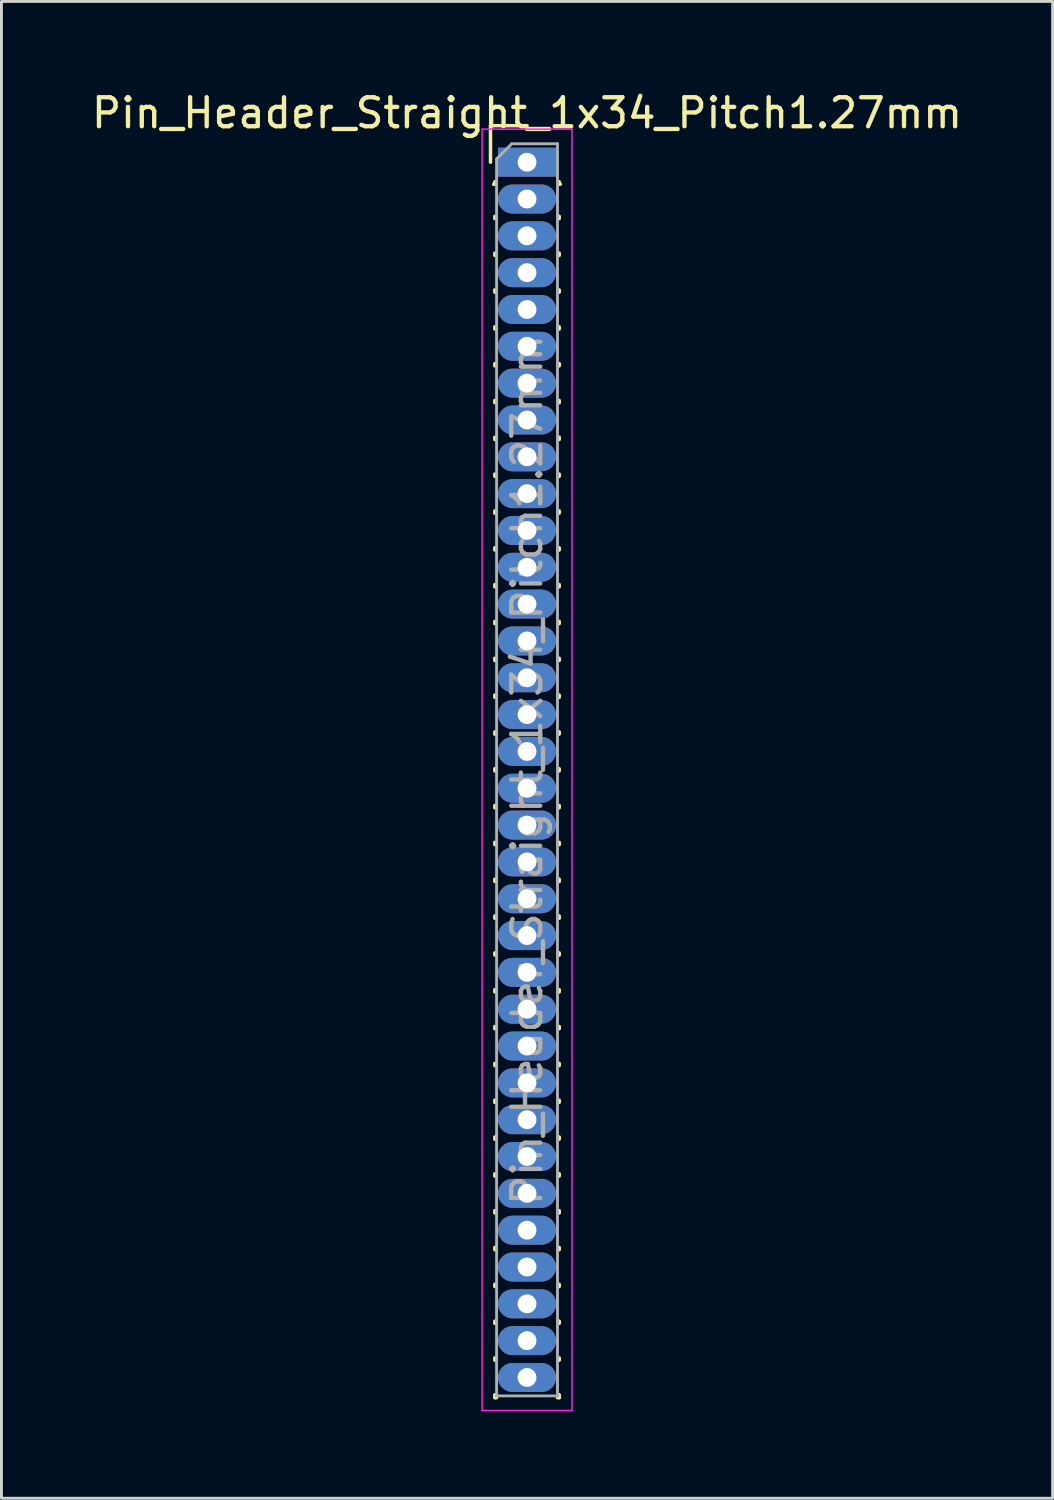
<source format=kicad_pcb>
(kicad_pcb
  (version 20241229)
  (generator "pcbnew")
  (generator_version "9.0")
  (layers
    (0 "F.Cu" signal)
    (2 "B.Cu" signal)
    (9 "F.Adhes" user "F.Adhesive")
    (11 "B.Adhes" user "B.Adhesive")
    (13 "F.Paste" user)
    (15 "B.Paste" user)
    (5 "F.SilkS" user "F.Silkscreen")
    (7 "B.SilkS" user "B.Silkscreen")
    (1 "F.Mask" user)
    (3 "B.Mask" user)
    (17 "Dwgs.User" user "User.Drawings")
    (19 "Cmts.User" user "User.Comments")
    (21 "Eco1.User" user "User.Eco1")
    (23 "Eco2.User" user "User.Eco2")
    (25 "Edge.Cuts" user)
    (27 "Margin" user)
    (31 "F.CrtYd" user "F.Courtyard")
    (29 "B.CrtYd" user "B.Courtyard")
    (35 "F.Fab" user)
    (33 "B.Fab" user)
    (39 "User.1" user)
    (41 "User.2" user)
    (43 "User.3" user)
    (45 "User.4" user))
  (footprint "Pin_Header_Straight_1x34_Pitch1.27mm"
    (layer "F.Cu")
    (at 15.125 2.543)
    (property "Reference" "Pin_Header_Straight_1x34_Pitch1.27mm" (at 0 -1.695 0) (layer "F.SilkS") (effects (font (size 1 1) (thickness 0.15))))
    (attr through_hole)
    (fp_line (start -1.26 -1.26) (end 0 -1.26) (stroke (width 0.12) (type solid)) (layer "F.SilkS"))
    (fp_line (start -1.26 0) (end -1.26 -1.26) (stroke (width 0.12) (type solid)) (layer "F.SilkS"))
    (fp_line (start -1.11 0.76) (end -1.152 0.76) (stroke (width 0.12) (type solid)) (layer "F.SilkS"))
    (fp_line (start -1.11 0.76) (end -1.11 0.674) (stroke (width 0.12) (type solid)) (layer "F.SilkS"))
    (fp_line (start -1.11 1.866) (end -1.11 1.944) (stroke (width 0.12) (type solid)) (layer "F.SilkS"))
    (fp_line (start -1.11 3.136) (end -1.11 3.214) (stroke (width 0.12) (type solid)) (layer "F.SilkS"))
    (fp_line (start -1.11 4.406) (end -1.11 4.484) (stroke (width 0.12) (type solid)) (layer "F.SilkS"))
    (fp_line (start -1.11 5.676) (end -1.11 5.754) (stroke (width 0.12) (type solid)) (layer "F.SilkS"))
    (fp_line (start -1.11 6.946) (end -1.11 7.024) (stroke (width 0.12) (type solid)) (layer "F.SilkS"))
    (fp_line (start -1.11 8.216) (end -1.11 8.294) (stroke (width 0.12) (type solid)) (layer "F.SilkS"))
    (fp_line (start -1.11 9.486) (end -1.11 9.564) (stroke (width 0.12) (type solid)) (layer "F.SilkS"))
    (fp_line (start -1.11 10.756) (end -1.11 10.834) (stroke (width 0.12) (type solid)) (layer "F.SilkS"))
    (fp_line (start -1.11 12.026) (end -1.11 12.104) (stroke (width 0.12) (type solid)) (layer "F.SilkS"))
    (fp_line (start -1.11 13.296) (end -1.11 13.374) (stroke (width 0.12) (type solid)) (layer "F.SilkS"))
    (fp_line (start -1.11 14.566) (end -1.11 14.644) (stroke (width 0.12) (type solid)) (layer "F.SilkS"))
    (fp_line (start -1.11 15.836) (end -1.11 15.914) (stroke (width 0.12) (type solid)) (layer "F.SilkS"))
    (fp_line (start -1.11 17.106) (end -1.11 17.184) (stroke (width 0.12) (type solid)) (layer "F.SilkS"))
    (fp_line (start -1.11 18.376) (end -1.11 18.454) (stroke (width 0.12) (type solid)) (layer "F.SilkS"))
    (fp_line (start -1.11 19.646) (end -1.11 19.724) (stroke (width 0.12) (type solid)) (layer "F.SilkS"))
    (fp_line (start -1.11 20.916) (end -1.11 20.994) (stroke (width 0.12) (type solid)) (layer "F.SilkS"))
    (fp_line (start -1.11 22.186) (end -1.11 22.264) (stroke (width 0.12) (type solid)) (layer "F.SilkS"))
    (fp_line (start -1.11 23.456) (end -1.11 23.534) (stroke (width 0.12) (type solid)) (layer "F.SilkS"))
    (fp_line (start -1.11 24.726) (end -1.11 24.804) (stroke (width 0.12) (type solid)) (layer "F.SilkS"))
    (fp_line (start -1.11 25.996) (end -1.11 26.074) (stroke (width 0.12) (type solid)) (layer "F.SilkS"))
    (fp_line (start -1.11 27.266) (end -1.11 27.344) (stroke (width 0.12) (type solid)) (layer "F.SilkS"))
    (fp_line (start -1.11 28.536) (end -1.11 28.614) (stroke (width 0.12) (type solid)) (layer "F.SilkS"))
    (fp_line (start -1.11 29.806) (end -1.11 29.884) (stroke (width 0.12) (type solid)) (layer "F.SilkS"))
    (fp_line (start -1.11 31.076) (end -1.11 31.154) (stroke (width 0.12) (type solid)) (layer "F.SilkS"))
    (fp_line (start -1.11 32.346) (end -1.11 32.424) (stroke (width 0.12) (type solid)) (layer "F.SilkS"))
    (fp_line (start -1.11 33.616) (end -1.11 33.694) (stroke (width 0.12) (type solid)) (layer "F.SilkS"))
    (fp_line (start -1.11 34.886) (end -1.11 34.964) (stroke (width 0.12) (type solid)) (layer "F.SilkS"))
    (fp_line (start -1.11 36.156) (end -1.11 36.234) (stroke (width 0.12) (type solid)) (layer "F.SilkS"))
    (fp_line (start -1.11 37.426) (end -1.11 37.504) (stroke (width 0.12) (type solid)) (layer "F.SilkS"))
    (fp_line (start -1.11 38.696) (end -1.11 38.774) (stroke (width 0.12) (type solid)) (layer "F.SilkS"))
    (fp_line (start -1.11 39.966) (end -1.11 40.044) (stroke (width 0.12) (type solid)) (layer "F.SilkS"))
    (fp_line (start -1.11 41.236) (end -1.11 41.314) (stroke (width 0.12) (type solid)) (layer "F.SilkS"))
    (fp_line (start -1.11 42.506) (end -1.11 42.605) (stroke (width 0.12) (type solid)) (layer "F.SilkS"))
    (fp_line (start -1.11 42.605) (end -1.051 42.605) (stroke (width 0.12) (type solid)) (layer "F.SilkS"))
    (fp_line (start 1.051 42.605) (end 1.11 42.605) (stroke (width 0.12) (type solid)) (layer "F.SilkS"))
    (fp_line (start 1.11 0.76) (end 1.11 0.674) (stroke (width 0.12) (type solid)) (layer "F.SilkS"))
    (fp_line (start 1.11 1.866) (end 1.11 1.944) (stroke (width 0.12) (type solid)) (layer "F.SilkS"))
    (fp_line (start 1.11 3.136) (end 1.11 3.214) (stroke (width 0.12) (type solid)) (layer "F.SilkS"))
    (fp_line (start 1.11 4.406) (end 1.11 4.484) (stroke (width 0.12) (type solid)) (layer "F.SilkS"))
    (fp_line (start 1.11 5.676) (end 1.11 5.754) (stroke (width 0.12) (type solid)) (layer "F.SilkS"))
    (fp_line (start 1.11 6.946) (end 1.11 7.024) (stroke (width 0.12) (type solid)) (layer "F.SilkS"))
    (fp_line (start 1.11 8.216) (end 1.11 8.294) (stroke (width 0.12) (type solid)) (layer "F.SilkS"))
    (fp_line (start 1.11 9.486) (end 1.11 9.564) (stroke (width 0.12) (type solid)) (layer "F.SilkS"))
    (fp_line (start 1.11 10.756) (end 1.11 10.834) (stroke (width 0.12) (type solid)) (layer "F.SilkS"))
    (fp_line (start 1.11 12.026) (end 1.11 12.104) (stroke (width 0.12) (type solid)) (layer "F.SilkS"))
    (fp_line (start 1.11 13.296) (end 1.11 13.374) (stroke (width 0.12) (type solid)) (layer "F.SilkS"))
    (fp_line (start 1.11 14.566) (end 1.11 14.644) (stroke (width 0.12) (type solid)) (layer "F.SilkS"))
    (fp_line (start 1.11 15.836) (end 1.11 15.914) (stroke (width 0.12) (type solid)) (layer "F.SilkS"))
    (fp_line (start 1.11 17.106) (end 1.11 17.184) (stroke (width 0.12) (type solid)) (layer "F.SilkS"))
    (fp_line (start 1.11 18.376) (end 1.11 18.454) (stroke (width 0.12) (type solid)) (layer "F.SilkS"))
    (fp_line (start 1.11 19.646) (end 1.11 19.724) (stroke (width 0.12) (type solid)) (layer "F.SilkS"))
    (fp_line (start 1.11 20.916) (end 1.11 20.994) (stroke (width 0.12) (type solid)) (layer "F.SilkS"))
    (fp_line (start 1.11 22.186) (end 1.11 22.264) (stroke (width 0.12) (type solid)) (layer "F.SilkS"))
    (fp_line (start 1.11 23.456) (end 1.11 23.534) (stroke (width 0.12) (type solid)) (layer "F.SilkS"))
    (fp_line (start 1.11 24.726) (end 1.11 24.804) (stroke (width 0.12) (type solid)) (layer "F.SilkS"))
    (fp_line (start 1.11 25.996) (end 1.11 26.074) (stroke (width 0.12) (type solid)) (layer "F.SilkS"))
    (fp_line (start 1.11 27.266) (end 1.11 27.344) (stroke (width 0.12) (type solid)) (layer "F.SilkS"))
    (fp_line (start 1.11 28.536) (end 1.11 28.614) (stroke (width 0.12) (type solid)) (layer "F.SilkS"))
    (fp_line (start 1.11 29.806) (end 1.11 29.884) (stroke (width 0.12) (type solid)) (layer "F.SilkS"))
    (fp_line (start 1.11 31.076) (end 1.11 31.154) (stroke (width 0.12) (type solid)) (layer "F.SilkS"))
    (fp_line (start 1.11 32.346) (end 1.11 32.424) (stroke (width 0.12) (type solid)) (layer "F.SilkS"))
    (fp_line (start 1.11 33.616) (end 1.11 33.694) (stroke (width 0.12) (type solid)) (layer "F.SilkS"))
    (fp_line (start 1.11 34.886) (end 1.11 34.964) (stroke (width 0.12) (type solid)) (layer "F.SilkS"))
    (fp_line (start 1.11 36.156) (end 1.11 36.234) (stroke (width 0.12) (type solid)) (layer "F.SilkS"))
    (fp_line (start 1.11 37.426) (end 1.11 37.504) (stroke (width 0.12) (type solid)) (layer "F.SilkS"))
    (fp_line (start 1.11 38.696) (end 1.11 38.774) (stroke (width 0.12) (type solid)) (layer "F.SilkS"))
    (fp_line (start 1.11 39.966) (end 1.11 40.044) (stroke (width 0.12) (type solid)) (layer "F.SilkS"))
    (fp_line (start 1.11 41.236) (end 1.11 41.314) (stroke (width 0.12) (type solid)) (layer "F.SilkS"))
    (fp_line (start 1.11 42.506) (end 1.11 42.605) (stroke (width 0.12) (type solid)) (layer "F.SilkS"))
    (fp_line (start 1.152 0.76) (end 1.11 0.76) (stroke (width 0.12) (type solid)) (layer "F.SilkS"))
    (fp_line (start -1.55 -1.14) (end -1.55 43.05) (stroke (width 0.05) (type solid)) (layer "F.CrtYd"))
    (fp_line (start -1.55 43.05) (end 1.55 43.05) (stroke (width 0.05) (type solid)) (layer "F.CrtYd"))
    (fp_line (start 1.55 -1.14) (end -1.55 -1.14) (stroke (width 0.05) (type solid)) (layer "F.CrtYd"))
    (fp_line (start 1.55 43.05) (end 1.55 -1.14) (stroke (width 0.05) (type solid)) (layer "F.CrtYd"))
    (fp_line (start -1.05 -0.11) (end -0.525 -0.635) (stroke (width 0.1) (type solid)) (layer "F.Fab"))
    (fp_line (start -1.05 42.545) (end -1.05 -0.11) (stroke (width 0.1) (type solid)) (layer "F.Fab"))
    (fp_line (start -0.525 -0.635) (end 1.05 -0.635) (stroke (width 0.1) (type solid)) (layer "F.Fab"))
    (fp_line (start 1.05 -0.635) (end 1.05 42.545) (stroke (width 0.1) (type solid)) (layer "F.Fab"))
    (fp_line (start 1.05 42.545) (end -1.05 42.545) (stroke (width 0.1) (type solid)) (layer "F.Fab"))
    (fp_text user "${REFERENCE}" (at 0 20.955 90) (layer "F.Fab") (effects (font (size 1 1) (thickness 0.15))))
    (pad "1" thru_hole rect (at 0 0) (size 2 1) (drill 0.65) (layers "*.Cu" "*.Mask"))
    (pad "2" thru_hole oval (at 0 1.27) (size 2 1) (drill 0.65) (layers "*.Cu" "*.Mask"))
    (pad "3" thru_hole oval (at 0 2.54) (size 2 1) (drill 0.65) (layers "*.Cu" "*.Mask"))
    (pad "4" thru_hole oval (at 0 3.81) (size 2 1) (drill 0.65) (layers "*.Cu" "*.Mask"))
    (pad "5" thru_hole oval (at 0 5.08) (size 2 1) (drill 0.65) (layers "*.Cu" "*.Mask"))
    (pad "6" thru_hole oval (at 0 6.35) (size 2 1) (drill 0.65) (layers "*.Cu" "*.Mask"))
    (pad "7" thru_hole oval (at 0 7.62) (size 2 1) (drill 0.65) (layers "*.Cu" "*.Mask"))
    (pad "8" thru_hole oval (at 0 8.89) (size 2 1) (drill 0.65) (layers "*.Cu" "*.Mask"))
    (pad "9" thru_hole oval (at 0 10.16) (size 2 1) (drill 0.65) (layers "*.Cu" "*.Mask"))
    (pad "10" thru_hole oval (at 0 11.43) (size 2 1) (drill 0.65) (layers "*.Cu" "*.Mask"))
    (pad "11" thru_hole oval (at 0 12.7) (size 2 1) (drill 0.65) (layers "*.Cu" "*.Mask"))
    (pad "12" thru_hole oval (at 0 13.97) (size 2 1) (drill 0.65) (layers "*.Cu" "*.Mask"))
    (pad "13" thru_hole oval (at 0 15.24) (size 2 1) (drill 0.65) (layers "*.Cu" "*.Mask"))
    (pad "14" thru_hole oval (at 0 16.51) (size 2 1) (drill 0.65) (layers "*.Cu" "*.Mask"))
    (pad "15" thru_hole oval (at 0 17.78) (size 2 1) (drill 0.65) (layers "*.Cu" "*.Mask"))
    (pad "16" thru_hole oval (at 0 19.05) (size 2 1) (drill 0.65) (layers "*.Cu" "*.Mask"))
    (pad "17" thru_hole oval (at 0 20.32) (size 2 1) (drill 0.65) (layers "*.Cu" "*.Mask"))
    (pad "18" thru_hole oval (at 0 21.59) (size 2 1) (drill 0.65) (layers "*.Cu" "*.Mask"))
    (pad "19" thru_hole oval (at 0 22.86) (size 2 1) (drill 0.65) (layers "*.Cu" "*.Mask"))
    (pad "20" thru_hole oval (at 0 24.13) (size 2 1) (drill 0.65) (layers "*.Cu" "*.Mask"))
    (pad "21" thru_hole oval (at 0 25.4) (size 2 1) (drill 0.65) (layers "*.Cu" "*.Mask"))
    (pad "22" thru_hole oval (at 0 26.67) (size 2 1) (drill 0.65) (layers "*.Cu" "*.Mask"))
    (pad "23" thru_hole oval (at 0 27.94) (size 2 1) (drill 0.65) (layers "*.Cu" "*.Mask"))
    (pad "24" thru_hole oval (at 0 29.21) (size 2 1) (drill 0.65) (layers "*.Cu" "*.Mask"))
    (pad "25" thru_hole oval (at 0 30.48) (size 2 1) (drill 0.65) (layers "*.Cu" "*.Mask"))
    (pad "26" thru_hole oval (at 0 31.75) (size 2 1) (drill 0.65) (layers "*.Cu" "*.Mask"))
    (pad "27" thru_hole oval (at 0 33.02) (size 2 1) (drill 0.65) (layers "*.Cu" "*.Mask"))
    (pad "28" thru_hole oval (at 0 34.29) (size 2 1) (drill 0.65) (layers "*.Cu" "*.Mask"))
    (pad "29" thru_hole oval (at 0 35.56) (size 2 1) (drill 0.65) (layers "*.Cu" "*.Mask"))
    (pad "30" thru_hole oval (at 0 36.83) (size 2 1) (drill 0.65) (layers "*.Cu" "*.Mask"))
    (pad "31" thru_hole oval (at 0 38.1) (size 2 1) (drill 0.65) (layers "*.Cu" "*.Mask"))
    (pad "32" thru_hole oval (at 0 39.37) (size 2 1) (drill 0.65) (layers "*.Cu" "*.Mask"))
    (pad "33" thru_hole oval (at 0 40.64) (size 2 1) (drill 0.65) (layers "*.Cu" "*.Mask"))
    (pad "34" thru_hole oval (at 0 41.91) (size 2 1) (drill 0.65) (layers "*.Cu" "*.Mask")))
  (gr_rect
    (start -3 -3)
    (end 33.25 48.618)
    (stroke (width 0.1) (type default))
    (fill no)
    (layer "Edge.Cuts")))
</source>
